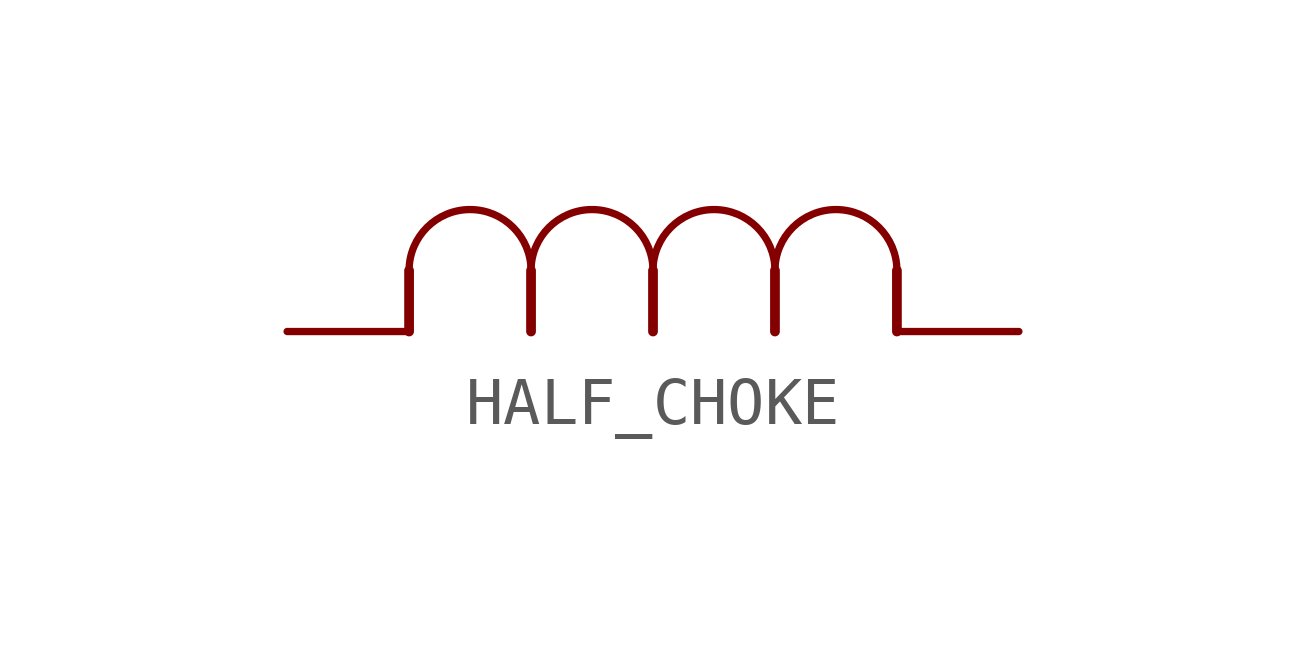
<source format=kicad_sym>
(kicad_symbol_lib
  (version 20220914)
  (generator kicad_symbol_editor)
  (symbol "HALF_CHOKE"
    (property "Reference" ""
      (at -0.914 3.353 0)
      (effects (font (size 3.48 2.958)) (justify left bottom) hide))
    (property "ki_locked" ""
      (at 0 0 0)
      (effects (font (size 1.27 1.27))))
    (symbol "HALF_CHOKE_1_0"
      (polyline (pts (xy 2.54 0) (xy 2.54 1.27)) (stroke (width 0.203) (type solid)) (fill (type none)))
      (polyline (pts (xy 5.08 0) (xy 5.08 1.27)) (stroke (width 0.203) (type solid)) (fill (type none)))
      (polyline (pts (xy 7.62 0) (xy 7.62 1.27)) (stroke (width 0.203) (type solid)) (fill (type none)))
      (polyline (pts (xy 10.16 0) (xy 10.16 1.27)) (stroke (width 0.203) (type solid)) (fill (type none)))
      (polyline (pts (xy 12.7 0) (xy 12.7 1.27)) (stroke (width 0.203) (type solid)) (fill (type none)))
      (arc (start 5.08 1.27) (mid 3.81 2.54) (end 2.54 1.27) (stroke (width 0.1524) (type solid)) (fill (type none)))
      (arc (start 7.62 1.27) (mid 6.35 2.54) (end 5.08 1.27) (stroke (width 0.1524) (type solid)) (fill (type none)))
      (arc (start 10.16 1.27) (mid 8.89 2.54) (end 7.62 1.27) (stroke (width 0.1524) (type solid)) (fill (type none)))
      (arc (start 12.7 1.27) (mid 11.43 2.54) (end 10.16 1.27) (stroke (width 0.1524) (type solid)) (fill (type none)))
      (pin passive line (at 15.24 0 180) (length 2.54) (name "1" (effects (font (size 0 0)))) (number "P$1" (effects (font (size 0 0)))))
      (pin passive line (at 0 0 0) (length 2.54) (name "2" (effects (font (size 0 0)))) (number "P$2" (effects (font (size 0 0))))))))
</source>
